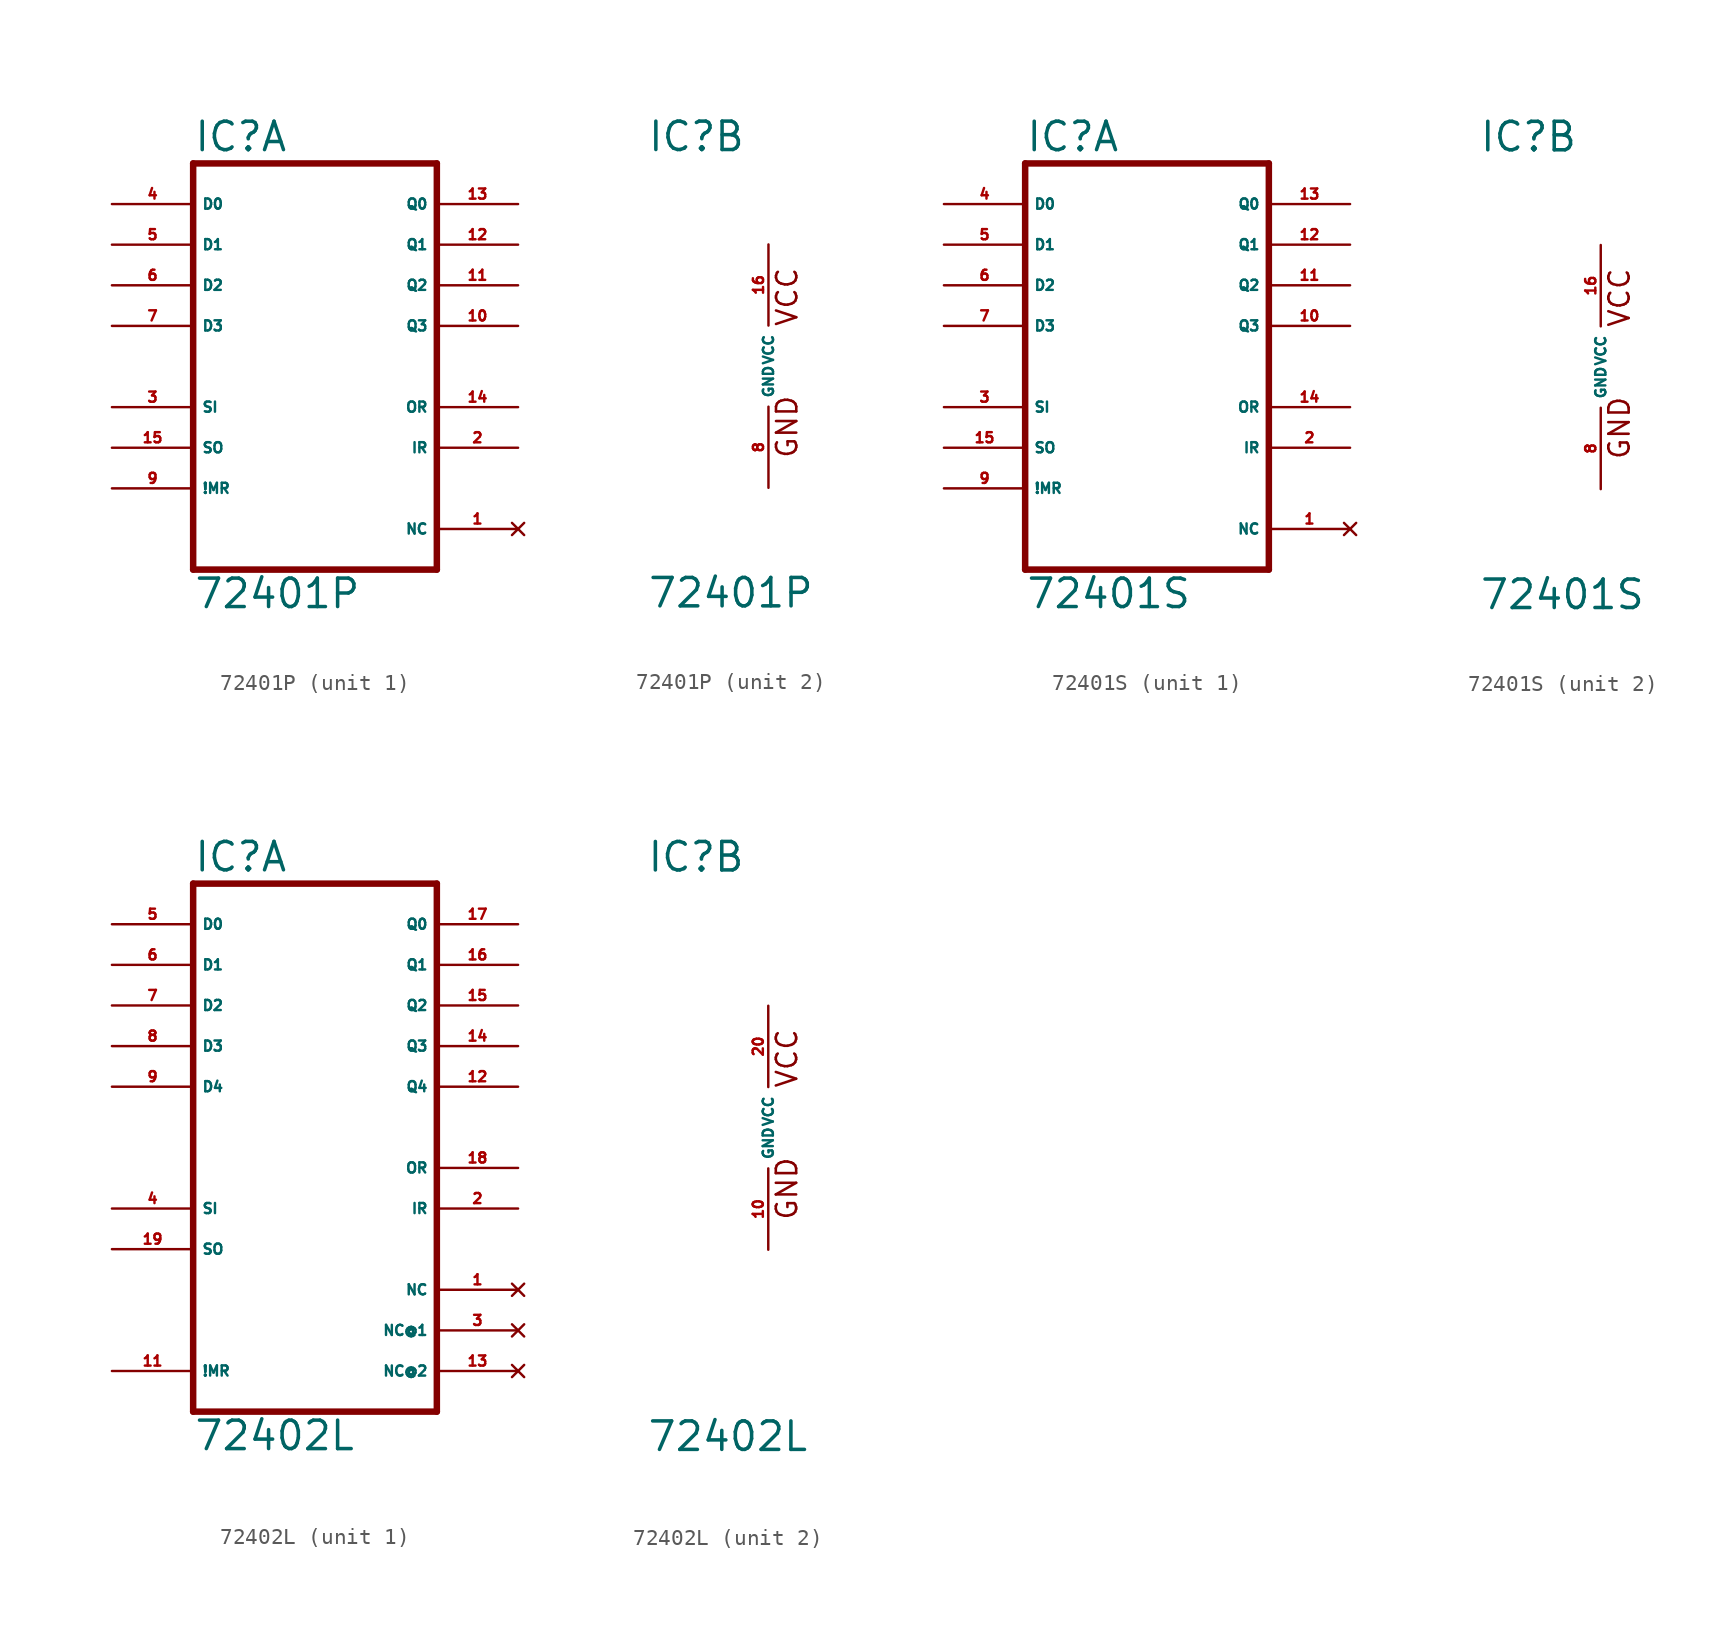
<source format=kicad_sym>
(kicad_symbol_lib
  (version 20220914)
  (generator Eagle2Kicad)
  (symbol "72401P"
    (property "Reference" "IC"
      (at -7.62 13.335 0)
      (effects (font (size 1.778 1.778) (thickness 0.22)) (justify left bottom)))
    (property "Value" "72401P"
      (at -7.62 -15.24 0)
      (effects (font (size 1.778 1.778) (thickness 0.22)) (justify left bottom)))
    (symbol "72401P_1_0"
      (polyline (pts (xy -7.62 -12.7) (xy 7.62 -12.7)) (stroke (width 0.406) (type default)) (fill (type none)))
      (polyline (pts (xy 7.62 -12.7) (xy 7.62 12.7)) (stroke (width 0.406) (type default)) (fill (type none)))
      (polyline (pts (xy 7.62 12.7) (xy -7.62 12.7)) (stroke (width 0.406) (type default)) (fill (type none)))
      (polyline (pts (xy -7.62 12.7) (xy -7.62 -12.7)) (stroke (width 0.406) (type default)) (fill (type none)))
      (pin input line (at -12.7 10.16 0) (length 5.08) (name "D0" (effects (font (size 0.635 0.635) (thickness 0.08)) (justify left bottom))) (number "4" (effects (font (size 0.635 0.635) (thickness 0.08)) (justify left bottom))))
      (pin input line (at -12.7 7.62 0) (length 5.08) (name "D1" (effects (font (size 0.635 0.635) (thickness 0.08)) (justify left bottom))) (number "5" (effects (font (size 0.635 0.635) (thickness 0.08)) (justify left bottom))))
      (pin input line (at -12.7 5.08 0) (length 5.08) (name "D2" (effects (font (size 0.635 0.635) (thickness 0.08)) (justify left bottom))) (number "6" (effects (font (size 0.635 0.635) (thickness 0.08)) (justify left bottom))))
      (pin input line (at -12.7 2.54 0) (length 5.08) (name "D3" (effects (font (size 0.635 0.635) (thickness 0.08)) (justify left bottom))) (number "7" (effects (font (size 0.635 0.635) (thickness 0.08)) (justify left bottom))))
      (pin input line (at -12.7 -2.54 0) (length 5.08) (name "SI" (effects (font (size 0.635 0.635) (thickness 0.08)) (justify left bottom))) (number "3" (effects (font (size 0.635 0.635) (thickness 0.08)) (justify left bottom))))
      (pin input line (at -12.7 -7.62 0) (length 5.08) (name "!MR" (effects (font (size 0.635 0.635) (thickness 0.08)) (justify left bottom))) (number "9" (effects (font (size 0.635 0.635) (thickness 0.08)) (justify left bottom))))
      (pin output line (at 12.7 10.16 180) (length 5.08) (name "Q0" (effects (font (size 0.635 0.635) (thickness 0.08)) (justify left bottom))) (number "13" (effects (font (size 0.635 0.635) (thickness 0.08)) (justify left bottom))))
      (pin output line (at 12.7 7.62 180) (length 5.08) (name "Q1" (effects (font (size 0.635 0.635) (thickness 0.08)) (justify left bottom))) (number "12" (effects (font (size 0.635 0.635) (thickness 0.08)) (justify left bottom))))
      (pin output line (at 12.7 5.08 180) (length 5.08) (name "Q2" (effects (font (size 0.635 0.635) (thickness 0.08)) (justify left bottom))) (number "11" (effects (font (size 0.635 0.635) (thickness 0.08)) (justify left bottom))))
      (pin output line (at 12.7 2.54 180) (length 5.08) (name "Q3" (effects (font (size 0.635 0.635) (thickness 0.08)) (justify left bottom))) (number "10" (effects (font (size 0.635 0.635) (thickness 0.08)) (justify left bottom))))
      (pin output line (at 12.7 -2.54 180) (length 5.08) (name "OR" (effects (font (size 0.635 0.635) (thickness 0.08)) (justify left bottom))) (number "14" (effects (font (size 0.635 0.635) (thickness 0.08)) (justify left bottom))))
      (pin no_connect line (at 12.7 -10.16 180) (length 5.08) (name "NC" (effects (font (size 0.635 0.635) (thickness 0.08)) (justify left bottom) hide)) (number "1" (effects (font (size 0.635 0.635) (thickness 0.08)) (justify left bottom) hide)))
      (pin input line (at -12.7 -5.08 0) (length 5.08) (name "SO" (effects (font (size 0.635 0.635) (thickness 0.08)) (justify left bottom))) (number "15" (effects (font (size 0.635 0.635) (thickness 0.08)) (justify left bottom))))
      (pin output line (at 12.7 -5.08 180) (length 5.08) (name "IR" (effects (font (size 0.635 0.635) (thickness 0.08)) (justify left bottom))) (number "2" (effects (font (size 0.635 0.635) (thickness 0.08)) (justify left bottom)))))
    (symbol "72401P_2_0"
      (text "GND" (at 1.905 -5.842 900) (effects (font (size 1.27 1.27) (thickness 0.16)) (justify left bottom)))
      (text "VCC" (at 1.905 2.413 900) (effects (font (size 1.27 1.27) (thickness 0.16)) (justify left bottom)))
      (pin unspecified line (at 0 7.62 270) (length 5.08) (name "VCC" (effects (font (size 0.635 0.635) (thickness 0.08)) (justify left bottom))) (number "16" (effects (font (size 0.635 0.635) (thickness 0.08)) (justify left bottom))))
      (pin unspecified line (at 0 -7.62 90) (length 5.08) (name "GND" (effects (font (size 0.635 0.635) (thickness 0.08)) (justify left bottom))) (number "8" (effects (font (size 0.635 0.635) (thickness 0.08)) (justify left bottom))))))
  (symbol "72401S"
    (property "Reference" "IC"
      (at -7.62 13.335 0)
      (effects (font (size 1.778 1.778) (thickness 0.22)) (justify left bottom)))
    (property "Value" "72401S"
      (at -7.62 -15.24 0)
      (effects (font (size 1.778 1.778) (thickness 0.22)) (justify left bottom)))
    (symbol "72401S_1_0"
      (polyline (pts (xy -7.62 -12.7) (xy 7.62 -12.7)) (stroke (width 0.406) (type default)) (fill (type none)))
      (polyline (pts (xy 7.62 -12.7) (xy 7.62 12.7)) (stroke (width 0.406) (type default)) (fill (type none)))
      (polyline (pts (xy 7.62 12.7) (xy -7.62 12.7)) (stroke (width 0.406) (type default)) (fill (type none)))
      (polyline (pts (xy -7.62 12.7) (xy -7.62 -12.7)) (stroke (width 0.406) (type default)) (fill (type none)))
      (pin input line (at -12.7 10.16 0) (length 5.08) (name "D0" (effects (font (size 0.635 0.635) (thickness 0.08)) (justify left bottom))) (number "4" (effects (font (size 0.635 0.635) (thickness 0.08)) (justify left bottom))))
      (pin input line (at -12.7 7.62 0) (length 5.08) (name "D1" (effects (font (size 0.635 0.635) (thickness 0.08)) (justify left bottom))) (number "5" (effects (font (size 0.635 0.635) (thickness 0.08)) (justify left bottom))))
      (pin input line (at -12.7 5.08 0) (length 5.08) (name "D2" (effects (font (size 0.635 0.635) (thickness 0.08)) (justify left bottom))) (number "6" (effects (font (size 0.635 0.635) (thickness 0.08)) (justify left bottom))))
      (pin input line (at -12.7 2.54 0) (length 5.08) (name "D3" (effects (font (size 0.635 0.635) (thickness 0.08)) (justify left bottom))) (number "7" (effects (font (size 0.635 0.635) (thickness 0.08)) (justify left bottom))))
      (pin input line (at -12.7 -2.54 0) (length 5.08) (name "SI" (effects (font (size 0.635 0.635) (thickness 0.08)) (justify left bottom))) (number "3" (effects (font (size 0.635 0.635) (thickness 0.08)) (justify left bottom))))
      (pin input line (at -12.7 -7.62 0) (length 5.08) (name "!MR" (effects (font (size 0.635 0.635) (thickness 0.08)) (justify left bottom))) (number "9" (effects (font (size 0.635 0.635) (thickness 0.08)) (justify left bottom))))
      (pin output line (at 12.7 10.16 180) (length 5.08) (name "Q0" (effects (font (size 0.635 0.635) (thickness 0.08)) (justify left bottom))) (number "13" (effects (font (size 0.635 0.635) (thickness 0.08)) (justify left bottom))))
      (pin output line (at 12.7 7.62 180) (length 5.08) (name "Q1" (effects (font (size 0.635 0.635) (thickness 0.08)) (justify left bottom))) (number "12" (effects (font (size 0.635 0.635) (thickness 0.08)) (justify left bottom))))
      (pin output line (at 12.7 5.08 180) (length 5.08) (name "Q2" (effects (font (size 0.635 0.635) (thickness 0.08)) (justify left bottom))) (number "11" (effects (font (size 0.635 0.635) (thickness 0.08)) (justify left bottom))))
      (pin output line (at 12.7 2.54 180) (length 5.08) (name "Q3" (effects (font (size 0.635 0.635) (thickness 0.08)) (justify left bottom))) (number "10" (effects (font (size 0.635 0.635) (thickness 0.08)) (justify left bottom))))
      (pin output line (at 12.7 -2.54 180) (length 5.08) (name "OR" (effects (font (size 0.635 0.635) (thickness 0.08)) (justify left bottom))) (number "14" (effects (font (size 0.635 0.635) (thickness 0.08)) (justify left bottom))))
      (pin no_connect line (at 12.7 -10.16 180) (length 5.08) (name "NC" (effects (font (size 0.635 0.635) (thickness 0.08)) (justify left bottom) hide)) (number "1" (effects (font (size 0.635 0.635) (thickness 0.08)) (justify left bottom) hide)))
      (pin input line (at -12.7 -5.08 0) (length 5.08) (name "SO" (effects (font (size 0.635 0.635) (thickness 0.08)) (justify left bottom))) (number "15" (effects (font (size 0.635 0.635) (thickness 0.08)) (justify left bottom))))
      (pin output line (at 12.7 -5.08 180) (length 5.08) (name "IR" (effects (font (size 0.635 0.635) (thickness 0.08)) (justify left bottom))) (number "2" (effects (font (size 0.635 0.635) (thickness 0.08)) (justify left bottom)))))
    (symbol "72401S_2_0"
      (text "GND" (at 1.905 -5.842 900) (effects (font (size 1.27 1.27) (thickness 0.16)) (justify left bottom)))
      (text "VCC" (at 1.905 2.413 900) (effects (font (size 1.27 1.27) (thickness 0.16)) (justify left bottom)))
      (pin unspecified line (at 0 7.62 270) (length 5.08) (name "VCC" (effects (font (size 0.635 0.635) (thickness 0.08)) (justify left bottom))) (number "16" (effects (font (size 0.635 0.635) (thickness 0.08)) (justify left bottom))))
      (pin unspecified line (at 0 -7.62 90) (length 5.08) (name "GND" (effects (font (size 0.635 0.635) (thickness 0.08)) (justify left bottom))) (number "8" (effects (font (size 0.635 0.635) (thickness 0.08)) (justify left bottom))))))
  (symbol "72402L"
    (property "Reference" "IC"
      (at -7.62 15.875 0)
      (effects (font (size 1.778 1.778) (thickness 0.22)) (justify left bottom)))
    (property "Value" "72402L"
      (at -7.62 -20.32 0)
      (effects (font (size 1.778 1.778) (thickness 0.22)) (justify left bottom)))
    (symbol "72402L_1_0"
      (polyline (pts (xy -7.62 -17.78) (xy 7.62 -17.78)) (stroke (width 0.406) (type default)) (fill (type none)))
      (polyline (pts (xy 7.62 -17.78) (xy 7.62 15.24)) (stroke (width 0.406) (type default)) (fill (type none)))
      (polyline (pts (xy 7.62 15.24) (xy -7.62 15.24)) (stroke (width 0.406) (type default)) (fill (type none)))
      (polyline (pts (xy -7.62 15.24) (xy -7.62 -17.78)) (stroke (width 0.406) (type default)) (fill (type none)))
      (pin input line (at -12.7 12.7 0) (length 5.08) (name "D0" (effects (font (size 0.635 0.635) (thickness 0.08)) (justify left bottom))) (number "5" (effects (font (size 0.635 0.635) (thickness 0.08)) (justify left bottom))))
      (pin input line (at -12.7 10.16 0) (length 5.08) (name "D1" (effects (font (size 0.635 0.635) (thickness 0.08)) (justify left bottom))) (number "6" (effects (font (size 0.635 0.635) (thickness 0.08)) (justify left bottom))))
      (pin input line (at -12.7 7.62 0) (length 5.08) (name "D2" (effects (font (size 0.635 0.635) (thickness 0.08)) (justify left bottom))) (number "7" (effects (font (size 0.635 0.635) (thickness 0.08)) (justify left bottom))))
      (pin input line (at -12.7 5.08 0) (length 5.08) (name "D3" (effects (font (size 0.635 0.635) (thickness 0.08)) (justify left bottom))) (number "8" (effects (font (size 0.635 0.635) (thickness 0.08)) (justify left bottom))))
      (pin input line (at -12.7 -5.08 0) (length 5.08) (name "SI" (effects (font (size 0.635 0.635) (thickness 0.08)) (justify left bottom))) (number "4" (effects (font (size 0.635 0.635) (thickness 0.08)) (justify left bottom))))
      (pin input line (at -12.7 -15.24 0) (length 5.08) (name "!MR" (effects (font (size 0.635 0.635) (thickness 0.08)) (justify left bottom))) (number "11" (effects (font (size 0.635 0.635) (thickness 0.08)) (justify left bottom))))
      (pin output line (at 12.7 12.7 180) (length 5.08) (name "Q0" (effects (font (size 0.635 0.635) (thickness 0.08)) (justify left bottom))) (number "17" (effects (font (size 0.635 0.635) (thickness 0.08)) (justify left bottom))))
      (pin output line (at 12.7 10.16 180) (length 5.08) (name "Q1" (effects (font (size 0.635 0.635) (thickness 0.08)) (justify left bottom))) (number "16" (effects (font (size 0.635 0.635) (thickness 0.08)) (justify left bottom))))
      (pin output line (at 12.7 7.62 180) (length 5.08) (name "Q2" (effects (font (size 0.635 0.635) (thickness 0.08)) (justify left bottom))) (number "15" (effects (font (size 0.635 0.635) (thickness 0.08)) (justify left bottom))))
      (pin output line (at 12.7 5.08 180) (length 5.08) (name "Q3" (effects (font (size 0.635 0.635) (thickness 0.08)) (justify left bottom))) (number "14" (effects (font (size 0.635 0.635) (thickness 0.08)) (justify left bottom))))
      (pin output line (at 12.7 -2.54 180) (length 5.08) (name "OR" (effects (font (size 0.635 0.635) (thickness 0.08)) (justify left bottom))) (number "18" (effects (font (size 0.635 0.635) (thickness 0.08)) (justify left bottom))))
      (pin input line (at -12.7 -7.62 0) (length 5.08) (name "SO" (effects (font (size 0.635 0.635) (thickness 0.08)) (justify left bottom))) (number "19" (effects (font (size 0.635 0.635) (thickness 0.08)) (justify left bottom))))
      (pin output line (at 12.7 -5.08 180) (length 5.08) (name "IR" (effects (font (size 0.635 0.635) (thickness 0.08)) (justify left bottom))) (number "2" (effects (font (size 0.635 0.635) (thickness 0.08)) (justify left bottom))))
      (pin input line (at -12.7 2.54 0) (length 5.08) (name "D4" (effects (font (size 0.635 0.635) (thickness 0.08)) (justify left bottom))) (number "9" (effects (font (size 0.635 0.635) (thickness 0.08)) (justify left bottom))))
      (pin output line (at 12.7 2.54 180) (length 5.08) (name "Q4" (effects (font (size 0.635 0.635) (thickness 0.08)) (justify left bottom))) (number "12" (effects (font (size 0.635 0.635) (thickness 0.08)) (justify left bottom))))
      (pin no_connect line (at 12.7 -10.16 180) (length 5.08) (name "NC" (effects (font (size 0.635 0.635) (thickness 0.08)) (justify left bottom) hide)) (number "1" (effects (font (size 0.635 0.635) (thickness 0.08)) (justify left bottom) hide)))
      (pin no_connect line (at 12.7 -12.7 180) (length 5.08) (name "NC@1" (effects (font (size 0.635 0.635) (thickness 0.08)) (justify left bottom) hide)) (number "3" (effects (font (size 0.635 0.635) (thickness 0.08)) (justify left bottom) hide)))
      (pin no_connect line (at 12.7 -15.24 180) (length 5.08) (name "NC@2" (effects (font (size 0.635 0.635) (thickness 0.08)) (justify left bottom) hide)) (number "13" (effects (font (size 0.635 0.635) (thickness 0.08)) (justify left bottom) hide))))
    (symbol "72402L_2_0"
      (text "GND" (at 1.905 -5.842 900) (effects (font (size 1.27 1.27) (thickness 0.16)) (justify left bottom)))
      (text "VCC" (at 1.905 2.413 900) (effects (font (size 1.27 1.27) (thickness 0.16)) (justify left bottom)))
      (pin unspecified line (at 0 7.62 270) (length 5.08) (name "VCC" (effects (font (size 0.635 0.635) (thickness 0.08)) (justify left bottom))) (number "20" (effects (font (size 0.635 0.635) (thickness 0.08)) (justify left bottom))))
      (pin unspecified line (at 0 -7.62 90) (length 5.08) (name "GND" (effects (font (size 0.635 0.635) (thickness 0.08)) (justify left bottom))) (number "10" (effects (font (size 0.635 0.635) (thickness 0.08)) (justify left bottom)))))))
</source>
